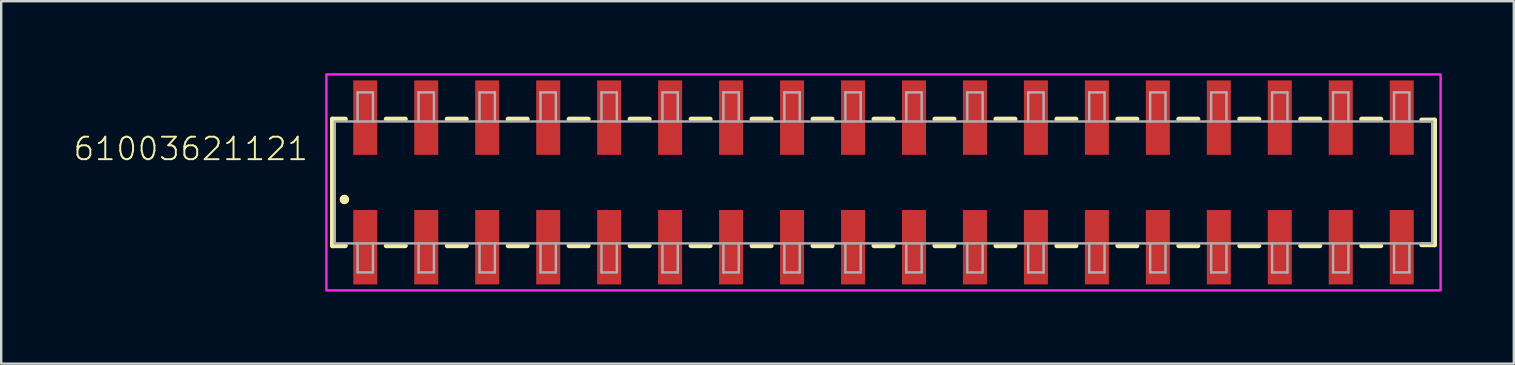
<source format=kicad_pcb>
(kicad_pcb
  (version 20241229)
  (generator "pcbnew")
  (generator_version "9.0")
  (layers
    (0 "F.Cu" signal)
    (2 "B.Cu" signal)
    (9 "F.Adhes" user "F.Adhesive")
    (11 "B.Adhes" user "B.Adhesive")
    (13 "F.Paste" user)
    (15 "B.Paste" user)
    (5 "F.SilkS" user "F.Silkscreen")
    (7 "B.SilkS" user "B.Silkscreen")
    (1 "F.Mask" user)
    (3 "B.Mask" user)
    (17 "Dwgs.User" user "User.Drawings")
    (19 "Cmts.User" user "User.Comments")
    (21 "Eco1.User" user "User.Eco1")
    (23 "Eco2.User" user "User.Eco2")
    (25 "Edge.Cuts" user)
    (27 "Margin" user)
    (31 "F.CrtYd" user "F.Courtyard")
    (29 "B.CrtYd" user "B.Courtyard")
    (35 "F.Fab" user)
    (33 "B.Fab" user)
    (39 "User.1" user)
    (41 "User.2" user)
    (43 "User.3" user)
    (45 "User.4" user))
  (footprint "61003621121"
    (layer "F.Cu")
    (at 33.759 4.55)
    (property "Reference" "61003621121" (at -23.91 -0.85 0) (unlocked yes) (layer "F.SilkS") (effects (font (size 0.935 0.935) (thickness 0.081)) (justify right bottom)))
    (fp_line (start -22.96 -2.64) (end -22.96 2.64) (stroke (width 0.2) (type solid)) (layer "F.SilkS"))
    (fp_line (start -22.96 2.64) (end -22.42 2.64) (stroke (width 0.2) (type solid)) (layer "F.SilkS"))
    (fp_line (start -22.42 -2.64) (end -22.96 -2.64) (stroke (width 0.2) (type solid)) (layer "F.SilkS"))
    (fp_line (start -20.72 2.64) (end -19.92 2.64) (stroke (width 0.2) (type solid)) (layer "F.SilkS"))
    (fp_line (start -19.92 -2.64) (end -20.72 -2.64) (stroke (width 0.2) (type solid)) (layer "F.SilkS"))
    (fp_line (start -18.18 2.64) (end -17.38 2.64) (stroke (width 0.2) (type solid)) (layer "F.SilkS"))
    (fp_line (start -17.38 -2.64) (end -18.18 -2.64) (stroke (width 0.2) (type solid)) (layer "F.SilkS"))
    (fp_line (start -15.64 2.64) (end -14.84 2.64) (stroke (width 0.2) (type solid)) (layer "F.SilkS"))
    (fp_line (start -14.84 -2.64) (end -15.64 -2.64) (stroke (width 0.2) (type solid)) (layer "F.SilkS"))
    (fp_line (start -13.1 2.64) (end -12.3 2.64) (stroke (width 0.2) (type solid)) (layer "F.SilkS"))
    (fp_line (start -12.3 -2.64) (end -13.1 -2.64) (stroke (width 0.2) (type solid)) (layer "F.SilkS"))
    (fp_line (start -10.56 2.64) (end -9.76 2.64) (stroke (width 0.2) (type solid)) (layer "F.SilkS"))
    (fp_line (start -9.76 -2.64) (end -10.56 -2.64) (stroke (width 0.2) (type solid)) (layer "F.SilkS"))
    (fp_line (start -8.02 2.64) (end -7.22 2.64) (stroke (width 0.2) (type solid)) (layer "F.SilkS"))
    (fp_line (start -7.22 -2.64) (end -8.02 -2.64) (stroke (width 0.2) (type solid)) (layer "F.SilkS"))
    (fp_line (start -5.48 2.64) (end -4.68 2.64) (stroke (width 0.2) (type solid)) (layer "F.SilkS"))
    (fp_line (start -4.68 -2.64) (end -5.48 -2.64) (stroke (width 0.2) (type solid)) (layer "F.SilkS"))
    (fp_line (start -2.94 2.64) (end -2.14 2.64) (stroke (width 0.2) (type solid)) (layer "F.SilkS"))
    (fp_line (start -2.14 -2.64) (end -2.94 -2.64) (stroke (width 0.2) (type solid)) (layer "F.SilkS"))
    (fp_line (start -0.4 2.64) (end 0.4 2.64) (stroke (width 0.2) (type solid)) (layer "F.SilkS"))
    (fp_line (start 0.4 -2.64) (end -0.4 -2.64) (stroke (width 0.2) (type solid)) (layer "F.SilkS"))
    (fp_line (start 2.14 2.64) (end 2.94 2.64) (stroke (width 0.2) (type solid)) (layer "F.SilkS"))
    (fp_line (start 2.94 -2.64) (end 2.14 -2.64) (stroke (width 0.2) (type solid)) (layer "F.SilkS"))
    (fp_line (start 4.68 2.64) (end 5.48 2.64) (stroke (width 0.2) (type solid)) (layer "F.SilkS"))
    (fp_line (start 5.48 -2.64) (end 4.68 -2.64) (stroke (width 0.2) (type solid)) (layer "F.SilkS"))
    (fp_line (start 7.22 2.64) (end 8.02 2.64) (stroke (width 0.2) (type solid)) (layer "F.SilkS"))
    (fp_line (start 8.02 -2.64) (end 7.22 -2.64) (stroke (width 0.2) (type solid)) (layer "F.SilkS"))
    (fp_line (start 9.76 2.64) (end 10.56 2.64) (stroke (width 0.2) (type solid)) (layer "F.SilkS"))
    (fp_line (start 10.56 -2.64) (end 9.76 -2.64) (stroke (width 0.2) (type solid)) (layer "F.SilkS"))
    (fp_line (start 12.3 2.64) (end 13.1 2.64) (stroke (width 0.2) (type solid)) (layer "F.SilkS"))
    (fp_line (start 13.1 -2.64) (end 12.3 -2.64) (stroke (width 0.2) (type solid)) (layer "F.SilkS"))
    (fp_line (start 14.84 2.64) (end 15.64 2.64) (stroke (width 0.2) (type solid)) (layer "F.SilkS"))
    (fp_line (start 15.64 -2.64) (end 14.84 -2.64) (stroke (width 0.2) (type solid)) (layer "F.SilkS"))
    (fp_line (start 17.38 2.64) (end 18.18 2.64) (stroke (width 0.2) (type solid)) (layer "F.SilkS"))
    (fp_line (start 18.18 -2.64) (end 17.38 -2.64) (stroke (width 0.2) (type solid)) (layer "F.SilkS"))
    (fp_line (start 19.92 2.64) (end 20.72 2.64) (stroke (width 0.2) (type solid)) (layer "F.SilkS"))
    (fp_line (start 20.72 -2.64) (end 19.92 -2.64) (stroke (width 0.2) (type solid)) (layer "F.SilkS"))
    (fp_line (start 22.42 -2.6) (end 22.96 -2.6) (stroke (width 0.2) (type solid)) (layer "F.SilkS"))
    (fp_line (start 22.96 -2.6) (end 22.96 2.6) (stroke (width 0.2) (type solid)) (layer "F.SilkS"))
    (fp_line (start 22.96 2.6) (end 22.42 2.6) (stroke (width 0.2) (type solid)) (layer "F.SilkS"))
    (fp_circle (center -22.46 0.71) (end -22.36 0.71) (stroke (width 0.2) (type solid)) (fill no) (layer "F.SilkS"))
    (fp_poly (pts (xy 23.21 4.5) (xy -23.21 4.5) (xy -23.21 -4.5) (xy 23.21 -4.5)) (stroke (width 0.1) (type default)) (fill no) (layer "F.CrtYd"))
    (fp_line (start -22.86 -2.54) (end -22.86 2.54) (stroke (width 0.1) (type solid)) (layer "F.Fab"))
    (fp_line (start -22.86 2.54) (end 22.86 2.54) (stroke (width 0.1) (type solid)) (layer "F.Fab"))
    (fp_line (start -21.91 -3.75) (end -21.27 -3.75) (stroke (width 0.1) (type solid)) (layer "F.Fab"))
    (fp_line (start -21.91 -2.54) (end -22.86 -2.54) (stroke (width 0.1) (type solid)) (layer "F.Fab"))
    (fp_line (start -21.91 -2.54) (end -21.91 -3.75) (stroke (width 0.1) (type solid)) (layer "F.Fab"))
    (fp_line (start -21.91 3.75) (end -21.91 2.54) (stroke (width 0.1) (type solid)) (layer "F.Fab"))
    (fp_line (start -21.27 -3.75) (end -21.27 -2.54) (stroke (width 0.1) (type solid)) (layer "F.Fab"))
    (fp_line (start -21.27 -2.54) (end -21.91 -2.54) (stroke (width 0.1) (type solid)) (layer "F.Fab"))
    (fp_line (start -21.27 2.54) (end -21.27 3.75) (stroke (width 0.1) (type solid)) (layer "F.Fab"))
    (fp_line (start -21.27 3.75) (end -21.91 3.75) (stroke (width 0.1) (type solid)) (layer "F.Fab"))
    (fp_line (start -19.37 -3.75) (end -18.73 -3.75) (stroke (width 0.1) (type solid)) (layer "F.Fab"))
    (fp_line (start -19.37 -2.54) (end -19.37 -3.75) (stroke (width 0.1) (type solid)) (layer "F.Fab"))
    (fp_line (start -19.37 3.75) (end -19.37 2.54) (stroke (width 0.1) (type solid)) (layer "F.Fab"))
    (fp_line (start -18.73 -3.75) (end -18.73 -2.54) (stroke (width 0.1) (type solid)) (layer "F.Fab"))
    (fp_line (start -18.73 2.54) (end -18.73 3.75) (stroke (width 0.1) (type solid)) (layer "F.Fab"))
    (fp_line (start -18.73 3.75) (end -19.37 3.75) (stroke (width 0.1) (type solid)) (layer "F.Fab"))
    (fp_line (start -16.83 -3.75) (end -16.19 -3.75) (stroke (width 0.1) (type solid)) (layer "F.Fab"))
    (fp_line (start -16.83 -2.54) (end -16.83 -3.75) (stroke (width 0.1) (type solid)) (layer "F.Fab"))
    (fp_line (start -16.83 3.75) (end -16.83 2.54) (stroke (width 0.1) (type solid)) (layer "F.Fab"))
    (fp_line (start -16.19 -3.75) (end -16.19 -2.54) (stroke (width 0.1) (type solid)) (layer "F.Fab"))
    (fp_line (start -16.19 2.54) (end -16.19 3.75) (stroke (width 0.1) (type solid)) (layer "F.Fab"))
    (fp_line (start -16.19 3.75) (end -16.83 3.75) (stroke (width 0.1) (type solid)) (layer "F.Fab"))
    (fp_line (start -14.29 -3.75) (end -13.65 -3.75) (stroke (width 0.1) (type solid)) (layer "F.Fab"))
    (fp_line (start -14.29 -2.54) (end -14.29 -3.75) (stroke (width 0.1) (type solid)) (layer "F.Fab"))
    (fp_line (start -14.29 3.75) (end -14.29 2.54) (stroke (width 0.1) (type solid)) (layer "F.Fab"))
    (fp_line (start -13.65 -3.75) (end -13.65 -2.54) (stroke (width 0.1) (type solid)) (layer "F.Fab"))
    (fp_line (start -13.65 2.54) (end -13.65 3.75) (stroke (width 0.1) (type solid)) (layer "F.Fab"))
    (fp_line (start -13.65 3.75) (end -14.29 3.75) (stroke (width 0.1) (type solid)) (layer "F.Fab"))
    (fp_line (start -11.75 -3.75) (end -11.11 -3.75) (stroke (width 0.1) (type solid)) (layer "F.Fab"))
    (fp_line (start -11.75 -2.54) (end -11.75 -3.75) (stroke (width 0.1) (type solid)) (layer "F.Fab"))
    (fp_line (start -11.75 3.75) (end -11.75 2.54) (stroke (width 0.1) (type solid)) (layer "F.Fab"))
    (fp_line (start -11.11 -3.75) (end -11.11 -2.54) (stroke (width 0.1) (type solid)) (layer "F.Fab"))
    (fp_line (start -11.11 2.54) (end -11.11 3.75) (stroke (width 0.1) (type solid)) (layer "F.Fab"))
    (fp_line (start -11.11 3.75) (end -11.75 3.75) (stroke (width 0.1) (type solid)) (layer "F.Fab"))
    (fp_line (start -9.21 -3.75) (end -8.57 -3.75) (stroke (width 0.1) (type solid)) (layer "F.Fab"))
    (fp_line (start -9.21 -2.54) (end -9.21 -3.75) (stroke (width 0.1) (type solid)) (layer "F.Fab"))
    (fp_line (start -9.21 3.75) (end -9.21 2.54) (stroke (width 0.1) (type solid)) (layer "F.Fab"))
    (fp_line (start -8.57 -3.75) (end -8.57 -2.54) (stroke (width 0.1) (type solid)) (layer "F.Fab"))
    (fp_line (start -8.57 2.54) (end -8.57 3.75) (stroke (width 0.1) (type solid)) (layer "F.Fab"))
    (fp_line (start -8.57 3.75) (end -9.21 3.75) (stroke (width 0.1) (type solid)) (layer "F.Fab"))
    (fp_line (start -6.67 -3.75) (end -6.03 -3.75) (stroke (width 0.1) (type solid)) (layer "F.Fab"))
    (fp_line (start -6.67 -2.54) (end -6.67 -3.75) (stroke (width 0.1) (type solid)) (layer "F.Fab"))
    (fp_line (start -6.67 3.75) (end -6.67 2.54) (stroke (width 0.1) (type solid)) (layer "F.Fab"))
    (fp_line (start -6.03 -3.75) (end -6.03 -2.54) (stroke (width 0.1) (type solid)) (layer "F.Fab"))
    (fp_line (start -6.03 2.54) (end -6.03 3.75) (stroke (width 0.1) (type solid)) (layer "F.Fab"))
    (fp_line (start -6.03 3.75) (end -6.67 3.75) (stroke (width 0.1) (type solid)) (layer "F.Fab"))
    (fp_line (start -4.13 -3.75) (end -3.49 -3.75) (stroke (width 0.1) (type solid)) (layer "F.Fab"))
    (fp_line (start -4.13 -2.54) (end -4.13 -3.75) (stroke (width 0.1) (type solid)) (layer "F.Fab"))
    (fp_line (start -4.13 3.75) (end -4.13 2.54) (stroke (width 0.1) (type solid)) (layer "F.Fab"))
    (fp_line (start -3.49 -3.75) (end -3.49 -2.54) (stroke (width 0.1) (type solid)) (layer "F.Fab"))
    (fp_line (start -3.49 2.54) (end -3.49 3.75) (stroke (width 0.1) (type solid)) (layer "F.Fab"))
    (fp_line (start -3.49 3.75) (end -4.13 3.75) (stroke (width 0.1) (type solid)) (layer "F.Fab"))
    (fp_line (start -1.59 -3.75) (end -0.95 -3.75) (stroke (width 0.1) (type solid)) (layer "F.Fab"))
    (fp_line (start -1.59 -2.54) (end -1.59 -3.75) (stroke (width 0.1) (type solid)) (layer "F.Fab"))
    (fp_line (start -1.59 3.75) (end -1.59 2.54) (stroke (width 0.1) (type solid)) (layer "F.Fab"))
    (fp_line (start -0.95 -3.75) (end -0.95 -2.54) (stroke (width 0.1) (type solid)) (layer "F.Fab"))
    (fp_line (start -0.95 2.54) (end -0.95 3.75) (stroke (width 0.1) (type solid)) (layer "F.Fab"))
    (fp_line (start -0.95 3.75) (end -1.59 3.75) (stroke (width 0.1) (type solid)) (layer "F.Fab"))
    (fp_line (start 0.95 -3.75) (end 1.59 -3.75) (stroke (width 0.1) (type solid)) (layer "F.Fab"))
    (fp_line (start 0.95 -2.54) (end 0.95 -3.75) (stroke (width 0.1) (type solid)) (layer "F.Fab"))
    (fp_line (start 0.95 3.75) (end 0.95 2.54) (stroke (width 0.1) (type solid)) (layer "F.Fab"))
    (fp_line (start 1.59 -3.75) (end 1.59 -2.54) (stroke (width 0.1) (type solid)) (layer "F.Fab"))
    (fp_line (start 1.59 2.54) (end 1.59 3.75) (stroke (width 0.1) (type solid)) (layer "F.Fab"))
    (fp_line (start 1.59 3.75) (end 0.95 3.75) (stroke (width 0.1) (type solid)) (layer "F.Fab"))
    (fp_line (start 3.49 -3.75) (end 4.13 -3.75) (stroke (width 0.1) (type solid)) (layer "F.Fab"))
    (fp_line (start 3.49 -2.54) (end 3.49 -3.75) (stroke (width 0.1) (type solid)) (layer "F.Fab"))
    (fp_line (start 3.49 3.75) (end 3.49 2.54) (stroke (width 0.1) (type solid)) (layer "F.Fab"))
    (fp_line (start 4.13 -3.75) (end 4.13 -2.54) (stroke (width 0.1) (type solid)) (layer "F.Fab"))
    (fp_line (start 4.13 2.54) (end 4.13 3.75) (stroke (width 0.1) (type solid)) (layer "F.Fab"))
    (fp_line (start 4.13 3.75) (end 3.49 3.75) (stroke (width 0.1) (type solid)) (layer "F.Fab"))
    (fp_line (start 6.03 -3.75) (end 6.67 -3.75) (stroke (width 0.1) (type solid)) (layer "F.Fab"))
    (fp_line (start 6.03 -2.54) (end 6.03 -3.75) (stroke (width 0.1) (type solid)) (layer "F.Fab"))
    (fp_line (start 6.03 3.75) (end 6.03 2.54) (stroke (width 0.1) (type solid)) (layer "F.Fab"))
    (fp_line (start 6.67 -3.75) (end 6.67 -2.54) (stroke (width 0.1) (type solid)) (layer "F.Fab"))
    (fp_line (start 6.67 2.54) (end 6.67 3.75) (stroke (width 0.1) (type solid)) (layer "F.Fab"))
    (fp_line (start 6.67 3.75) (end 6.03 3.75) (stroke (width 0.1) (type solid)) (layer "F.Fab"))
    (fp_line (start 8.57 -3.75) (end 9.21 -3.75) (stroke (width 0.1) (type solid)) (layer "F.Fab"))
    (fp_line (start 8.57 -2.54) (end 8.57 -3.75) (stroke (width 0.1) (type solid)) (layer "F.Fab"))
    (fp_line (start 8.57 3.75) (end 8.57 2.54) (stroke (width 0.1) (type solid)) (layer "F.Fab"))
    (fp_line (start 9.21 -3.75) (end 9.21 -2.54) (stroke (width 0.1) (type solid)) (layer "F.Fab"))
    (fp_line (start 9.21 2.54) (end 9.21 3.75) (stroke (width 0.1) (type solid)) (layer "F.Fab"))
    (fp_line (start 9.21 3.75) (end 8.57 3.75) (stroke (width 0.1) (type solid)) (layer "F.Fab"))
    (fp_line (start 11.11 -3.75) (end 11.75 -3.75) (stroke (width 0.1) (type solid)) (layer "F.Fab"))
    (fp_line (start 11.11 -2.54) (end 11.11 -3.75) (stroke (width 0.1) (type solid)) (layer "F.Fab"))
    (fp_line (start 11.11 3.75) (end 11.11 2.54) (stroke (width 0.1) (type solid)) (layer "F.Fab"))
    (fp_line (start 11.75 -3.75) (end 11.75 -2.54) (stroke (width 0.1) (type solid)) (layer "F.Fab"))
    (fp_line (start 11.75 2.54) (end 11.75 3.75) (stroke (width 0.1) (type solid)) (layer "F.Fab"))
    (fp_line (start 11.75 3.75) (end 11.11 3.75) (stroke (width 0.1) (type solid)) (layer "F.Fab"))
    (fp_line (start 13.65 -3.75) (end 14.29 -3.75) (stroke (width 0.1) (type solid)) (layer "F.Fab"))
    (fp_line (start 13.65 -2.54) (end 13.65 -3.75) (stroke (width 0.1) (type solid)) (layer "F.Fab"))
    (fp_line (start 13.65 3.75) (end 13.65 2.54) (stroke (width 0.1) (type solid)) (layer "F.Fab"))
    (fp_line (start 14.29 -3.75) (end 14.29 -2.54) (stroke (width 0.1) (type solid)) (layer "F.Fab"))
    (fp_line (start 14.29 2.54) (end 14.29 3.75) (stroke (width 0.1) (type solid)) (layer "F.Fab"))
    (fp_line (start 14.29 3.75) (end 13.65 3.75) (stroke (width 0.1) (type solid)) (layer "F.Fab"))
    (fp_line (start 16.19 -3.75) (end 16.83 -3.75) (stroke (width 0.1) (type solid)) (layer "F.Fab"))
    (fp_line (start 16.19 -2.54) (end 16.19 -3.75) (stroke (width 0.1) (type solid)) (layer "F.Fab"))
    (fp_line (start 16.19 3.75) (end 16.19 2.54) (stroke (width 0.1) (type solid)) (layer "F.Fab"))
    (fp_line (start 16.83 -3.75) (end 16.83 -2.54) (stroke (width 0.1) (type solid)) (layer "F.Fab"))
    (fp_line (start 16.83 2.54) (end 16.83 3.75) (stroke (width 0.1) (type solid)) (layer "F.Fab"))
    (fp_line (start 16.83 3.75) (end 16.19 3.75) (stroke (width 0.1) (type solid)) (layer "F.Fab"))
    (fp_line (start 18.73 -3.75) (end 19.37 -3.75) (stroke (width 0.1) (type solid)) (layer "F.Fab"))
    (fp_line (start 18.73 -2.54) (end 18.73 -3.75) (stroke (width 0.1) (type solid)) (layer "F.Fab"))
    (fp_line (start 18.73 3.75) (end 18.73 2.54) (stroke (width 0.1) (type solid)) (layer "F.Fab"))
    (fp_line (start 19.37 -3.75) (end 19.37 -2.54) (stroke (width 0.1) (type solid)) (layer "F.Fab"))
    (fp_line (start 19.37 2.54) (end 19.37 3.75) (stroke (width 0.1) (type solid)) (layer "F.Fab"))
    (fp_line (start 19.37 3.75) (end 18.73 3.75) (stroke (width 0.1) (type solid)) (layer "F.Fab"))
    (fp_line (start 21.27 -3.75) (end 21.91 -3.75) (stroke (width 0.1) (type solid)) (layer "F.Fab"))
    (fp_line (start 21.27 -2.54) (end 21.27 -3.75) (stroke (width 0.1) (type solid)) (layer "F.Fab"))
    (fp_line (start 21.27 3.75) (end 21.27 2.54) (stroke (width 0.1) (type solid)) (layer "F.Fab"))
    (fp_line (start 21.91 -3.75) (end 21.91 -2.54) (stroke (width 0.1) (type solid)) (layer "F.Fab"))
    (fp_line (start 21.91 2.54) (end 21.91 3.75) (stroke (width 0.1) (type solid)) (layer "F.Fab"))
    (fp_line (start 21.91 3.75) (end 21.27 3.75) (stroke (width 0.1) (type solid)) (layer "F.Fab"))
    (fp_line (start 22.86 -2.54) (end -21.27 -2.54) (stroke (width 0.1) (type solid)) (layer "F.Fab"))
    (fp_line (start 22.86 2.54) (end 22.86 -2.54) (stroke (width 0.1) (type solid)) (layer "F.Fab"))
    (pad "1" smd rect (at -21.59 2.7 90) (size 3.1 1) (layers "F.Cu" "F.Mask" "F.Paste"))
    (pad "2" smd rect (at -21.59 -2.7 90) (size 3.1 1) (layers "F.Cu" "F.Mask" "F.Paste"))
    (pad "3" smd rect (at -19.05 2.7 90) (size 3.1 1) (layers "F.Cu" "F.Mask" "F.Paste"))
    (pad "4" smd rect (at -19.05 -2.7 90) (size 3.1 1) (layers "F.Cu" "F.Mask" "F.Paste"))
    (pad "5" smd rect (at -16.51 2.7 90) (size 3.1 1) (layers "F.Cu" "F.Mask" "F.Paste"))
    (pad "6" smd rect (at -16.51 -2.7 90) (size 3.1 1) (layers "F.Cu" "F.Mask" "F.Paste"))
    (pad "7" smd rect (at -13.97 2.7 90) (size 3.1 1) (layers "F.Cu" "F.Mask" "F.Paste"))
    (pad "8" smd rect (at -13.97 -2.7 90) (size 3.1 1) (layers "F.Cu" "F.Mask" "F.Paste"))
    (pad "9" smd rect (at -11.43 2.7 90) (size 3.1 1) (layers "F.Cu" "F.Mask" "F.Paste"))
    (pad "10" smd rect (at -11.43 -2.7 90) (size 3.1 1) (layers "F.Cu" "F.Mask" "F.Paste"))
    (pad "11" smd rect (at -8.89 2.7 90) (size 3.1 1) (layers "F.Cu" "F.Mask" "F.Paste"))
    (pad "12" smd rect (at -8.89 -2.7 90) (size 3.1 1) (layers "F.Cu" "F.Mask" "F.Paste"))
    (pad "13" smd rect (at -6.35 2.7 90) (size 3.1 1) (layers "F.Cu" "F.Mask" "F.Paste"))
    (pad "14" smd rect (at -6.35 -2.7 90) (size 3.1 1) (layers "F.Cu" "F.Mask" "F.Paste"))
    (pad "15" smd rect (at -3.81 2.7 90) (size 3.1 1) (layers "F.Cu" "F.Mask" "F.Paste"))
    (pad "16" smd rect (at -3.81 -2.7 90) (size 3.1 1) (layers "F.Cu" "F.Mask" "F.Paste"))
    (pad "17" smd rect (at -1.27 2.7 90) (size 3.1 1) (layers "F.Cu" "F.Mask" "F.Paste"))
    (pad "18" smd rect (at -1.27 -2.7 90) (size 3.1 1) (layers "F.Cu" "F.Mask" "F.Paste"))
    (pad "19" smd rect (at 1.27 2.7 90) (size 3.1 1) (layers "F.Cu" "F.Mask" "F.Paste"))
    (pad "20" smd rect (at 1.27 -2.7 90) (size 3.1 1) (layers "F.Cu" "F.Mask" "F.Paste"))
    (pad "21" smd rect (at 3.81 2.7 90) (size 3.1 1) (layers "F.Cu" "F.Mask" "F.Paste"))
    (pad "22" smd rect (at 3.81 -2.7 90) (size 3.1 1) (layers "F.Cu" "F.Mask" "F.Paste"))
    (pad "23" smd rect (at 6.35 2.7 90) (size 3.1 1) (layers "F.Cu" "F.Mask" "F.Paste"))
    (pad "24" smd rect (at 6.35 -2.7 90) (size 3.1 1) (layers "F.Cu" "F.Mask" "F.Paste"))
    (pad "25" smd rect (at 8.89 2.7 90) (size 3.1 1) (layers "F.Cu" "F.Mask" "F.Paste"))
    (pad "26" smd rect (at 8.89 -2.7 90) (size 3.1 1) (layers "F.Cu" "F.Mask" "F.Paste"))
    (pad "27" smd rect (at 11.43 2.7 90) (size 3.1 1) (layers "F.Cu" "F.Mask" "F.Paste"))
    (pad "28" smd rect (at 11.43 -2.7 90) (size 3.1 1) (layers "F.Cu" "F.Mask" "F.Paste"))
    (pad "29" smd rect (at 13.97 2.7 90) (size 3.1 1) (layers "F.Cu" "F.Mask" "F.Paste"))
    (pad "30" smd rect (at 13.97 -2.7 90) (size 3.1 1) (layers "F.Cu" "F.Mask" "F.Paste"))
    (pad "31" smd rect (at 16.51 2.7 90) (size 3.1 1) (layers "F.Cu" "F.Mask" "F.Paste"))
    (pad "32" smd rect (at 16.51 -2.7 90) (size 3.1 1) (layers "F.Cu" "F.Mask" "F.Paste"))
    (pad "33" smd rect (at 19.05 2.7 90) (size 3.1 1) (layers "F.Cu" "F.Mask" "F.Paste"))
    (pad "34" smd rect (at 19.05 -2.7 90) (size 3.1 1) (layers "F.Cu" "F.Mask" "F.Paste"))
    (pad "35" smd rect (at 21.59 2.7 90) (size 3.1 1) (layers "F.Cu" "F.Mask" "F.Paste"))
    (pad "36" smd rect (at 21.59 -2.7 90) (size 3.1 1) (layers "F.Cu" "F.Mask" "F.Paste")))
  (gr_rect
    (start -3 -3)
    (end 60.019 12.1)
    (stroke (width 0.1) (type default))
    (fill no)
    (layer "Edge.Cuts")))
</source>
